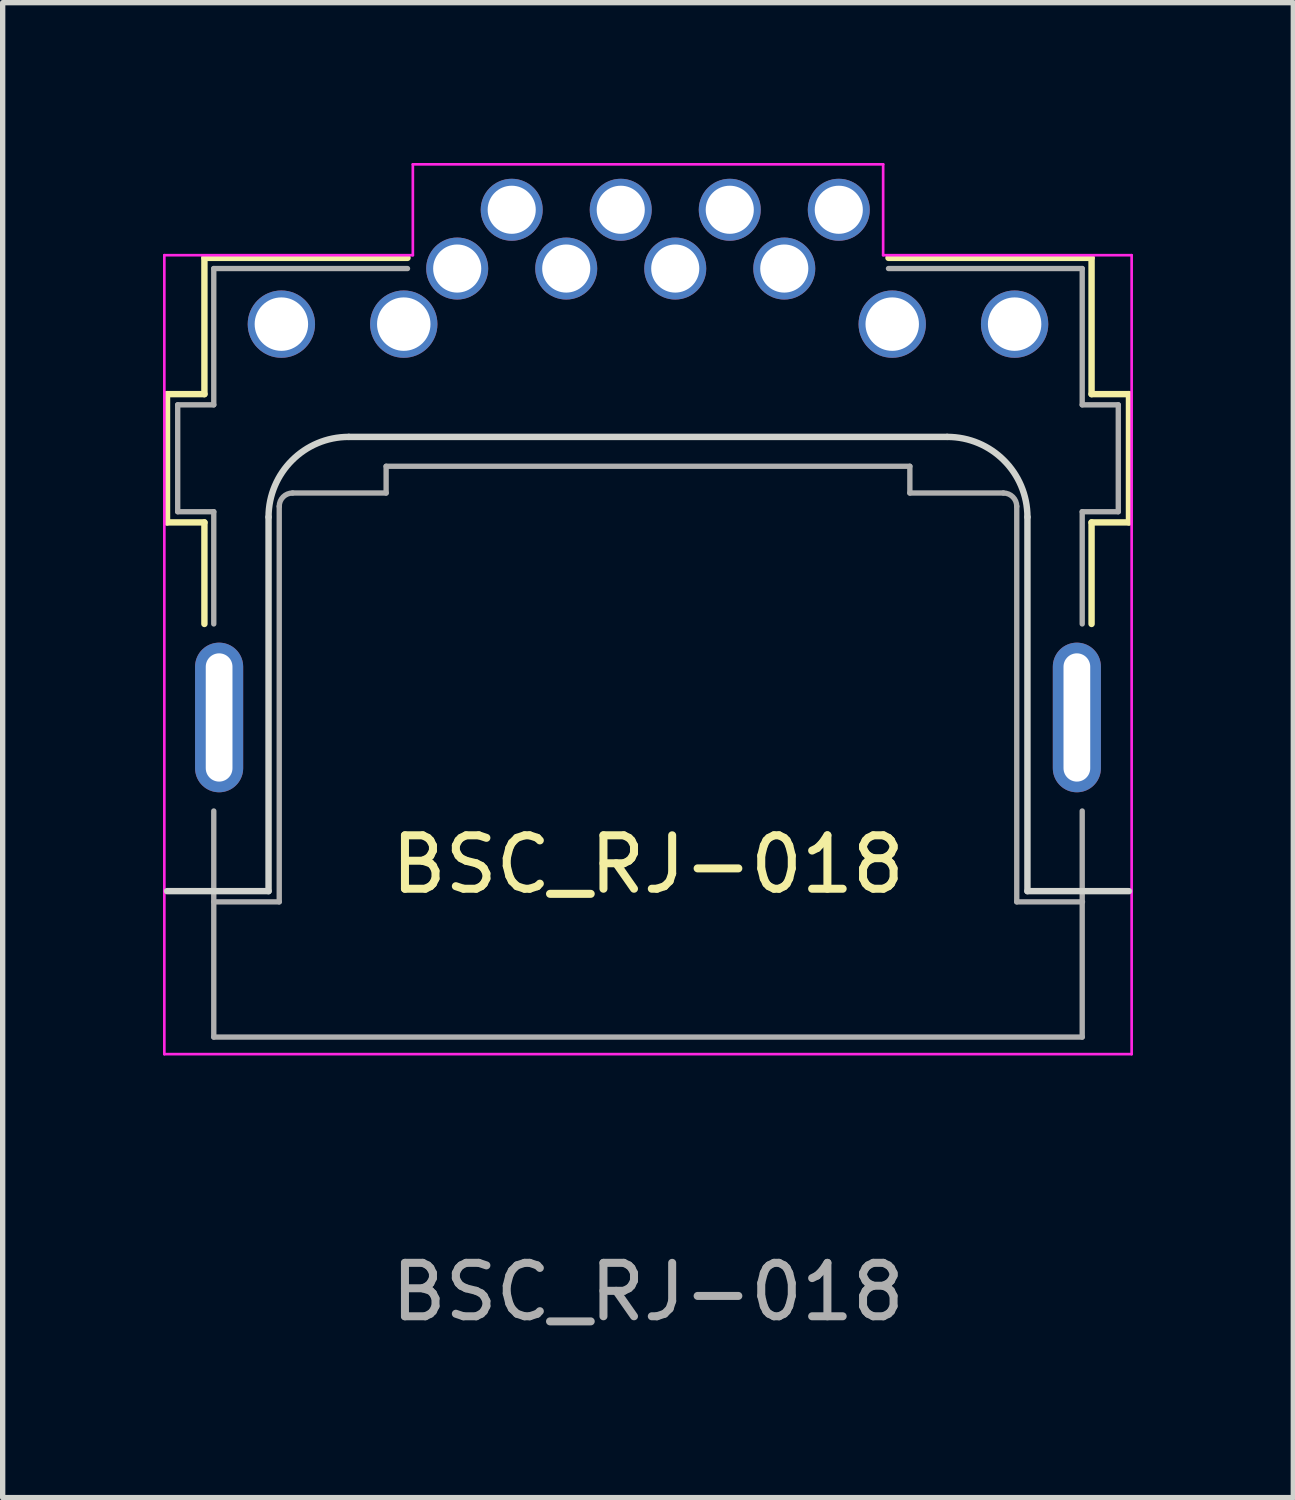
<source format=kicad_pcb>
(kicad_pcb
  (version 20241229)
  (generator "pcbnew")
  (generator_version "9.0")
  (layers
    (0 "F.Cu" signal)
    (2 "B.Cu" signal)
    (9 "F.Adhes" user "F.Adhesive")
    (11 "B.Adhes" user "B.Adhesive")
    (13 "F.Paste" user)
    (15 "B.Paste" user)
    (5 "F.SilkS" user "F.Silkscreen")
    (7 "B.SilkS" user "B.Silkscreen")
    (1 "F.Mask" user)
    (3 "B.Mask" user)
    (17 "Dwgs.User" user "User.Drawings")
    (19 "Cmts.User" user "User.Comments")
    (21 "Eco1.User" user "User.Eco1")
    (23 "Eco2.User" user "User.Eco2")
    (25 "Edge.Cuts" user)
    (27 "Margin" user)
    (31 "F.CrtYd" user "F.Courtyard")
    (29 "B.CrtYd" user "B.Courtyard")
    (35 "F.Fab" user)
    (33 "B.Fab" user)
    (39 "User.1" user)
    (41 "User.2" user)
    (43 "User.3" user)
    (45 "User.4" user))
  (footprint "BSC_RJ-018"
    (layer "F.Cu")
    (at 9.075 13.625)
    (property "Reference" "BSC_RJ-018" (at 0 -0.5 0) (unlocked yes) (layer "F.SilkS") (effects (font (size 1 1) (thickness 0.15))))
    (attr through_hole)
    (fp_line (start -9 -9.3) (end -9 -6.9) (stroke (width 0.12) (type solid)) (layer "F.SilkS"))
    (fp_line (start -9 -6.9) (end -8.3 -6.9) (stroke (width 0.12) (type solid)) (layer "F.SilkS"))
    (fp_line (start -8.3 -11.85) (end -4.5 -11.85) (stroke (width 0.12) (type solid)) (layer "F.SilkS"))
    (fp_line (start -8.3 -9.3) (end -9 -9.3) (stroke (width 0.12) (type solid)) (layer "F.SilkS"))
    (fp_line (start -8.3 -9.3) (end -8.3 -11.85) (stroke (width 0.12) (type solid)) (layer "F.SilkS"))
    (fp_line (start -8.3 -6.9) (end -8.3 -5) (stroke (width 0.12) (type solid)) (layer "F.SilkS"))
    (fp_line (start 8.3 -11.85) (end 4.5 -11.85) (stroke (width 0.12) (type solid)) (layer "F.SilkS"))
    (fp_line (start 8.3 -9.3) (end 8.3 -11.85) (stroke (width 0.12) (type solid)) (layer "F.SilkS"))
    (fp_line (start 8.3 -9.3) (end 9 -9.3) (stroke (width 0.12) (type solid)) (layer "F.SilkS"))
    (fp_line (start 8.3 -6.9) (end 8.3 -5) (stroke (width 0.12) (type solid)) (layer "F.SilkS"))
    (fp_line (start 9 -9.3) (end 9 -6.9) (stroke (width 0.12) (type solid)) (layer "F.SilkS"))
    (fp_line (start 9 -6.9) (end 8.3 -6.9) (stroke (width 0.12) (type solid)) (layer "F.SilkS"))
    (fp_line (start -7.1 -7) (end -7.1 0) (stroke (width 0.12) (type solid)) (layer "Edge.Cuts"))
    (fp_line (start -7.1 0) (end -9 0) (stroke (width 0.12) (type solid)) (layer "Edge.Cuts"))
    (fp_line (start -5.6 -8.5) (end 5.6 -8.5) (stroke (width 0.12) (type solid)) (layer "Edge.Cuts"))
    (fp_line (start 7.1 -7) (end 7.1 0) (stroke (width 0.12) (type solid)) (layer "Edge.Cuts"))
    (fp_line (start 7.1 0) (end 9 0) (stroke (width 0.12) (type solid)) (layer "Edge.Cuts"))
    (fp_arc (start -7.100002 -7.000001) (mid -6.660662 -8.060661) (end -5.600002 -8.500001) (stroke (width 0.12) (type solid)) (layer "Edge.Cuts"))
    (fp_arc (start 5.6 -8.499999) (mid 6.66066 -8.060659) (end 7.1 -6.999999) (stroke (width 0.12) (type solid)) (layer "Edge.Cuts"))
    (fp_line (start -9.05 3.05) (end -9.05 -11.9) (stroke (width 0.05) (type solid)) (layer "F.CrtYd"))
    (fp_line (start -4.4 -11.9) (end -9.05 -11.9) (stroke (width 0.05) (type solid)) (layer "F.CrtYd"))
    (fp_line (start -4.4 -11.9) (end -4.4 -13.6) (stroke (width 0.05) (type solid)) (layer "F.CrtYd"))
    (fp_line (start 4.4 -13.6) (end -4.4 -13.6) (stroke (width 0.05) (type solid)) (layer "F.CrtYd"))
    (fp_line (start 4.4 -11.9) (end 4.4 -13.6) (stroke (width 0.05) (type solid)) (layer "F.CrtYd"))
    (fp_line (start 4.4 -11.9) (end 9.05 -11.9) (stroke (width 0.05) (type solid)) (layer "F.CrtYd"))
    (fp_line (start 9.05 -11.9) (end 9.05 3.05) (stroke (width 0.05) (type solid)) (layer "F.CrtYd"))
    (fp_line (start 9.05 3.05) (end -9.05 3.05) (stroke (width 0.05) (type solid)) (layer "F.CrtYd"))
    (fp_line (start -8.8 -9.1) (end -8.8 -7.1) (stroke (width 0.1) (type solid)) (layer "F.Fab"))
    (fp_line (start -8.125 -11.65) (end -8.125 -9.1) (stroke (width 0.1) (type solid)) (layer "F.Fab"))
    (fp_line (start -8.125 -11.65) (end -4.5 -11.65) (stroke (width 0.1) (type solid)) (layer "F.Fab"))
    (fp_line (start -8.125 -9.1) (end -8.8 -9.1) (stroke (width 0.1) (type solid)) (layer "F.Fab"))
    (fp_line (start -8.125 -7.1) (end -8.8 -7.1) (stroke (width 0.1) (type solid)) (layer "F.Fab"))
    (fp_line (start -8.125 -7.1) (end -8.125 -5) (stroke (width 0.1) (type solid)) (layer "F.Fab"))
    (fp_line (start -8.125 -1.5) (end -8.125 2.73) (stroke (width 0.1) (type solid)) (layer "F.Fab"))
    (fp_line (start -8.125 2.73) (end 8.125 2.73) (stroke (width 0.1) (type solid)) (layer "F.Fab"))
    (fp_line (start -6.9 0.2) (end -8.125 0.2) (stroke (width 0.1) (type solid)) (layer "F.Fab"))
    (fp_line (start -6.9 0.2) (end -6.9 -7.2) (stroke (width 0.1) (type solid)) (layer "F.Fab"))
    (fp_line (start -6.65 -7.45) (end -4.9 -7.45) (stroke (width 0.1) (type solid)) (layer "F.Fab"))
    (fp_line (start -4.9 -7.95) (end 4.9 -7.95) (stroke (width 0.1) (type solid)) (layer "F.Fab"))
    (fp_line (start -4.9 -7.45) (end -4.9 -7.95) (stroke (width 0.1) (type solid)) (layer "F.Fab"))
    (fp_line (start 4.9 -7.45) (end 4.9 -7.95) (stroke (width 0.1) (type solid)) (layer "F.Fab"))
    (fp_line (start 6.65 -7.45) (end 4.9 -7.45) (stroke (width 0.1) (type solid)) (layer "F.Fab"))
    (fp_line (start 6.9 0.2) (end 6.9 -7.2) (stroke (width 0.1) (type solid)) (layer "F.Fab"))
    (fp_line (start 6.9 0.2) (end 8.13 0.2) (stroke (width 0.1) (type solid)) (layer "F.Fab"))
    (fp_line (start 8.125 -11.65) (end 4.5 -11.65) (stroke (width 0.1) (type solid)) (layer "F.Fab"))
    (fp_line (start 8.125 -11.65) (end 8.125 -9.1) (stroke (width 0.1) (type solid)) (layer "F.Fab"))
    (fp_line (start 8.125 -9.1) (end 8.8 -9.1) (stroke (width 0.1) (type solid)) (layer "F.Fab"))
    (fp_line (start 8.125 -7.1) (end 8.125 -5) (stroke (width 0.1) (type solid)) (layer "F.Fab"))
    (fp_line (start 8.125 -7.1) (end 8.8 -7.1) (stroke (width 0.1) (type solid)) (layer "F.Fab"))
    (fp_line (start 8.125 -1.5) (end 8.125 2.73) (stroke (width 0.1) (type solid)) (layer "F.Fab"))
    (fp_line (start 8.8 -9.1) (end 8.8 -7.1) (stroke (width 0.1) (type solid)) (layer "F.Fab"))
    (fp_arc (start -6.9 -7.2) (mid -6.826777 -7.376777) (end -6.65 -7.45) (stroke (width 0.1) (type solid)) (layer "F.Fab"))
    (fp_arc (start 6.65 -7.45) (mid 6.826776 -7.376777) (end 6.9 -7.2) (stroke (width 0.1) (type solid)) (layer "F.Fab"))
    (fp_text user "${REFERENCE}" (at 0 7.5 0) (unlocked yes) (layer "F.Fab") (effects (font (size 1 1) (thickness 0.15))))
    (pad "1" thru_hole circle (at 3.57 -12.75) (size 1.16 1.16) (drill 0.9) (layers "*.Cu" "*.Mask"))
    (pad "2" thru_hole circle (at 2.55 -11.65) (size 1.16 1.16) (drill 0.9) (layers "*.Cu" "*.Mask"))
    (pad "3" thru_hole circle (at 1.53 -12.75) (size 1.16 1.16) (drill 0.9) (layers "*.Cu" "*.Mask"))
    (pad "4" thru_hole circle (at 0.51 -11.65) (size 1.16 1.16) (drill 0.9) (layers "*.Cu" "*.Mask"))
    (pad "5" thru_hole circle (at -0.51 -12.75) (size 1.16 1.16) (drill 0.9) (layers "*.Cu" "*.Mask"))
    (pad "6" thru_hole circle (at -1.53 -11.65) (size 1.16 1.16) (drill 0.9) (layers "*.Cu" "*.Mask"))
    (pad "7" thru_hole circle (at -2.55 -12.75) (size 1.16 1.16) (drill 0.9) (layers "*.Cu" "*.Mask"))
    (pad "8" thru_hole circle (at -3.57 -11.65) (size 1.16 1.16) (drill 0.9) (layers "*.Cu" "*.Mask"))
    (pad "9" thru_hole circle (at -4.57 -10.61) (size 1.26 1.26) (drill 1) (layers "*.Cu" "*.Mask"))
    (pad "10" thru_hole circle (at -6.86 -10.61) (size 1.26 1.26) (drill 1) (layers "*.Cu" "*.Mask"))
    (pad "11" thru_hole circle (at 6.86 -10.61) (size 1.26 1.26) (drill 1) (layers "*.Cu" "*.Mask"))
    (pad "12" thru_hole circle (at 4.57 -10.61) (size 1.26 1.26) (drill 1) (layers "*.Cu" "*.Mask"))
    (pad "SH" thru_hole oval (at -8.025 -3.25) (size 0.9 2.8) (drill oval 0.5 2.4) (layers "*.Cu" "*.Mask"))
    (pad "SH" thru_hole oval (at 8.025 -3.25) (size 0.9 2.8) (drill oval 0.5 2.4) (layers "*.Cu" "*.Mask")))
  (gr_rect
    (start -3 -3)
    (end 21.15 24.973)
    (stroke (width 0.1) (type default))
    (fill no)
    (layer "Edge.Cuts")))
</source>
